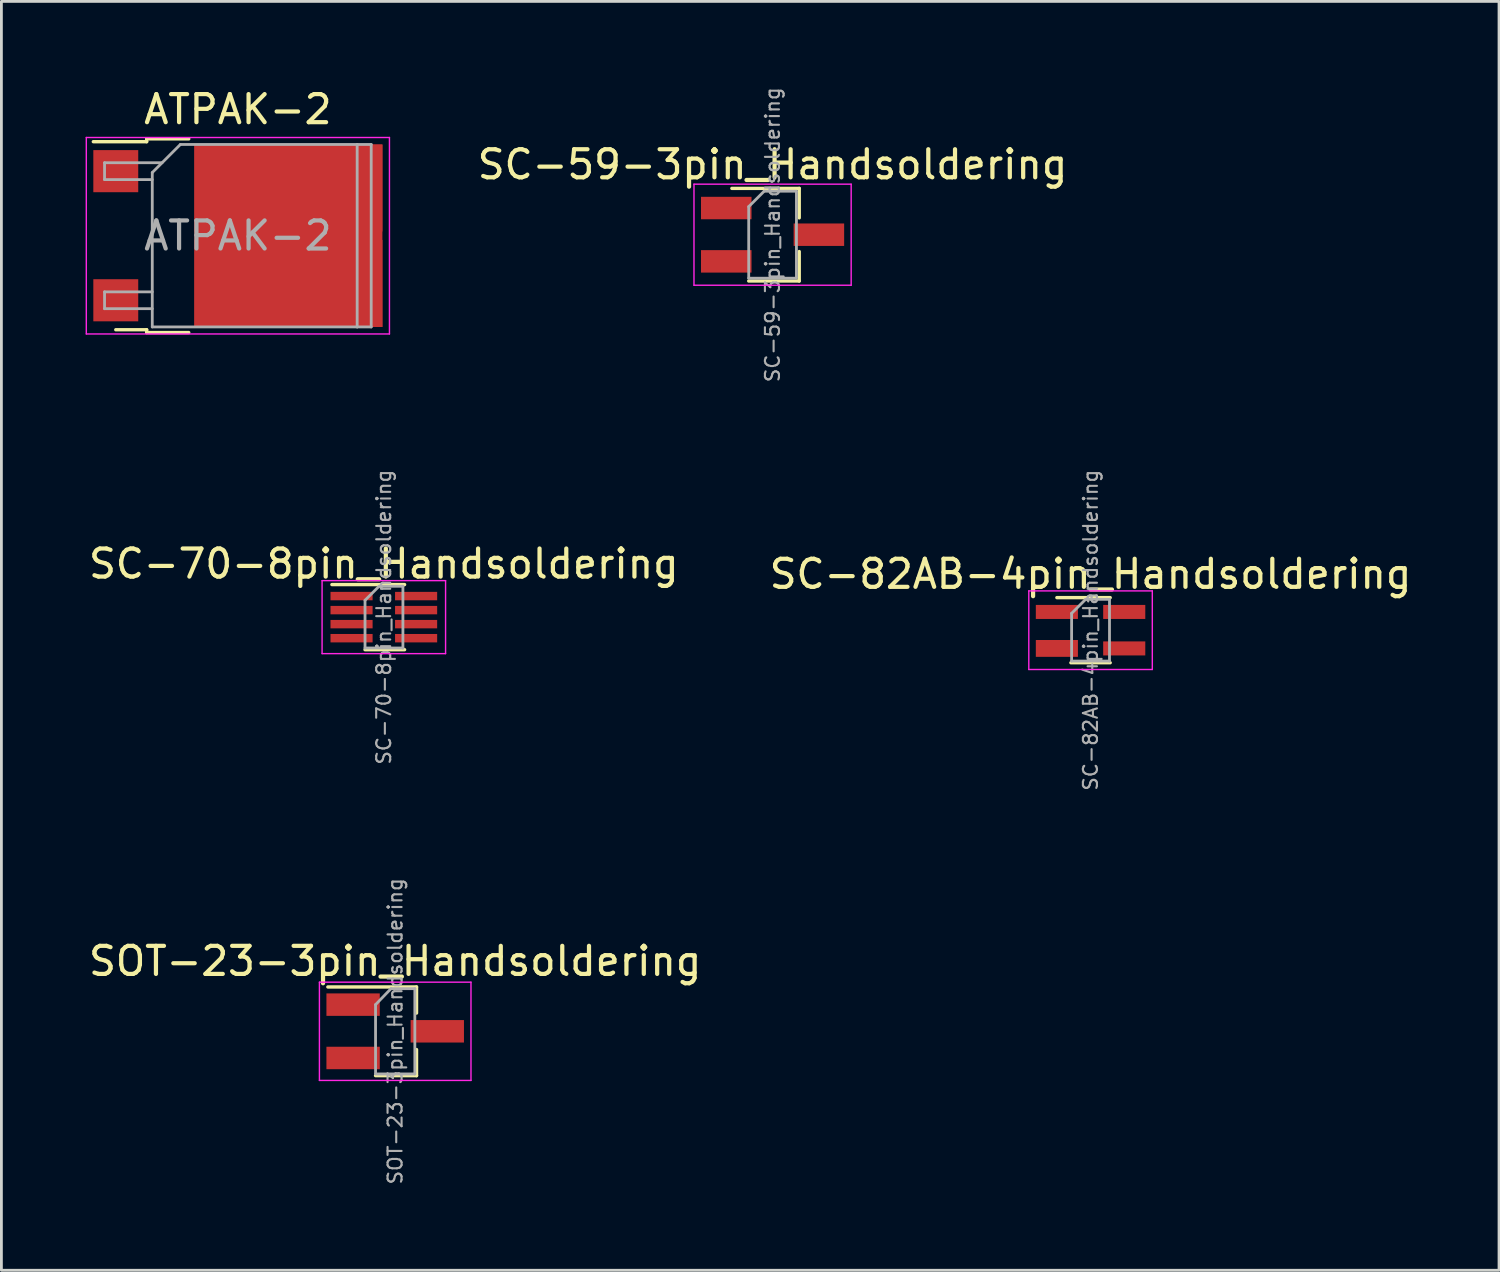
<source format=kicad_pcb>
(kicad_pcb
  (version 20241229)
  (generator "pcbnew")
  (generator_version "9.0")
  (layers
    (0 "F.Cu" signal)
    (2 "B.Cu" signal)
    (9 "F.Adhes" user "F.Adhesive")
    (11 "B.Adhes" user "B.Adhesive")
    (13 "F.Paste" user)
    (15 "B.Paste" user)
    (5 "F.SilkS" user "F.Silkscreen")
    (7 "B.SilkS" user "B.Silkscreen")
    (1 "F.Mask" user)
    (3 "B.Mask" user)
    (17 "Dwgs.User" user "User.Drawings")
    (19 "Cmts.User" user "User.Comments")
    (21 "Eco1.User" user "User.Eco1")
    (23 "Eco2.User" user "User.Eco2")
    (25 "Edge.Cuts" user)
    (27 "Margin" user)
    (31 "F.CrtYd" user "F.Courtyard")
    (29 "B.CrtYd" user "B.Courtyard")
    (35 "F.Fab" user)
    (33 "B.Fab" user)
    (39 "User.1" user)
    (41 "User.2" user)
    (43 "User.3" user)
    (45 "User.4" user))
  (footprint "SC-82AB-4pin_Handsoldering"
    (layer "F.Cu")
    (at 35.804 19.402)
    (property "Reference" "SC-82AB-4pin_Handsoldering" (at 0 -2 0) (layer "F.SilkS") (effects (font (size 1 1) (thickness 0.15))))
    (attr smd)
    (fp_line (start -0.7 1.16) (end 0.7 1.16) (stroke (width 0.12) (type solid)) (layer "F.SilkS"))
    (fp_line (start 0.7 -1.16) (end -1.2 -1.16) (stroke (width 0.12) (type solid)) (layer "F.SilkS"))
    (fp_line (start -2.2 -1.4) (end -2.2 1.4) (stroke (width 0.05) (type solid)) (layer "F.CrtYd"))
    (fp_line (start -2.2 -1.4) (end 2.2 -1.4) (stroke (width 0.05) (type solid)) (layer "F.CrtYd"))
    (fp_line (start -2.2 1.4) (end 2.2 1.4) (stroke (width 0.05) (type solid)) (layer "F.CrtYd"))
    (fp_line (start 2.2 1.4) (end 2.2 -1.4) (stroke (width 0.05) (type solid)) (layer "F.CrtYd"))
    (fp_line (start -0.675 -0.6) (end -0.675 1.1) (stroke (width 0.1) (type solid)) (layer "F.Fab"))
    (fp_line (start -0.175 -1.1) (end -0.675 -0.6) (stroke (width 0.1) (type solid)) (layer "F.Fab"))
    (fp_line (start 0.675 -1.1) (end -0.175 -1.1) (stroke (width 0.1) (type solid)) (layer "F.Fab"))
    (fp_line (start 0.675 -1.1) (end 0.675 1.1) (stroke (width 0.1) (type solid)) (layer "F.Fab"))
    (fp_line (start 0.675 1.1) (end -0.675 1.1) (stroke (width 0.1) (type solid)) (layer "F.Fab"))
    (fp_text user "${REFERENCE}" (at 0 0 90) (layer "F.Fab") (effects (font (size 0.5 0.5) (thickness 0.075))))
    (pad "1" smd rect (at -1.2 -0.65) (size 1.5 0.5) (layers "F.Cu" "F.Mask" "F.Paste"))
    (pad "2" smd rect (at -1.2 0.65) (size 1.5 0.6) (layers "F.Cu" "F.Mask" "F.Paste"))
    (pad "3" smd rect (at 1.2 0.65) (size 1.5 0.5) (layers "F.Cu" "F.Mask" "F.Paste"))
    (pad "4" smd rect (at 1.2 -0.65) (size 1.5 0.5) (layers "F.Cu" "F.Mask" "F.Paste")))
  (footprint "SOT-23-3pin_Handsoldering"
    (layer "F.Cu")
    (at 11.03 33.693)
    (property "Reference" "SOT-23-3pin_Handsoldering" (at 0 -2.5 0) (layer "F.SilkS") (effects (font (size 1 1) (thickness 0.15))))
    (attr smd)
    (fp_line (start 0.76 -1.58) (end -2.4 -1.58) (stroke (width 0.12) (type solid)) (layer "F.SilkS"))
    (fp_line (start 0.76 -1.58) (end 0.76 -0.65) (stroke (width 0.12) (type solid)) (layer "F.SilkS"))
    (fp_line (start 0.76 1.58) (end -0.7 1.58) (stroke (width 0.12) (type solid)) (layer "F.SilkS"))
    (fp_line (start 0.76 1.58) (end 0.76 0.65) (stroke (width 0.12) (type solid)) (layer "F.SilkS"))
    (fp_line (start -2.7 -1.75) (end 2.7 -1.75) (stroke (width 0.05) (type solid)) (layer "F.CrtYd"))
    (fp_line (start -2.7 1.75) (end -2.7 -1.75) (stroke (width 0.05) (type solid)) (layer "F.CrtYd"))
    (fp_line (start 2.7 -1.75) (end 2.7 1.75) (stroke (width 0.05) (type solid)) (layer "F.CrtYd"))
    (fp_line (start 2.7 1.75) (end -2.7 1.75) (stroke (width 0.05) (type solid)) (layer "F.CrtYd"))
    (fp_line (start -0.7 -0.95) (end -0.7 1.5) (stroke (width 0.1) (type solid)) (layer "F.Fab"))
    (fp_line (start -0.7 -0.95) (end -0.15 -1.52) (stroke (width 0.1) (type solid)) (layer "F.Fab"))
    (fp_line (start -0.7 1.52) (end 0.7 1.52) (stroke (width 0.1) (type solid)) (layer "F.Fab"))
    (fp_line (start -0.15 -1.52) (end 0.7 -1.52) (stroke (width 0.1) (type solid)) (layer "F.Fab"))
    (fp_line (start 0.7 -1.52) (end 0.7 1.52) (stroke (width 0.1) (type solid)) (layer "F.Fab"))
    (fp_text user "${REFERENCE}" (at 0 0 90) (layer "F.Fab") (effects (font (size 0.5 0.5) (thickness 0.075))))
    (pad "1" smd rect (at -1.5 -0.95) (size 1.9 0.8) (layers "F.Cu" "F.Mask" "F.Paste"))
    (pad "2" smd rect (at -1.5 0.95) (size 1.9 0.8) (layers "F.Cu" "F.Mask" "F.Paste"))
    (pad "3" smd rect (at 1.5 0) (size 1.9 0.8) (layers "F.Cu" "F.Mask" "F.Paste")))
  (footprint "SC-70-8pin_Handsoldering"
    (layer "F.Cu")
    (at 10.625 18.937)
    (property "Reference" "SC-70-8pin_Handsoldering" (at 0 -1.9 0) (layer "F.SilkS") (effects (font (size 1 1) (thickness 0.15))))
    (attr smd)
    (fp_line (start -0.67 1.16) (end 0.74 1.16) (stroke (width 0.12) (type solid)) (layer "F.SilkS"))
    (fp_line (start 0.74 -1.16) (end -1.85 -1.16) (stroke (width 0.12) (type solid)) (layer "F.SilkS"))
    (fp_line (start -2.2 -1.3) (end 2.2 -1.3) (stroke (width 0.05) (type solid)) (layer "F.CrtYd"))
    (fp_line (start -2.2 1.3) (end -2.2 -1.3) (stroke (width 0.05) (type solid)) (layer "F.CrtYd"))
    (fp_line (start 2.2 -1.3) (end 2.2 1.3) (stroke (width 0.05) (type solid)) (layer "F.CrtYd"))
    (fp_line (start 2.2 1.3) (end -2.2 1.3) (stroke (width 0.05) (type solid)) (layer "F.CrtYd"))
    (fp_line (start -0.67 -0.6) (end -0.67 1.1) (stroke (width 0.1) (type solid)) (layer "F.Fab"))
    (fp_line (start -0.17 -1.1) (end -0.67 -0.6) (stroke (width 0.1) (type solid)) (layer "F.Fab"))
    (fp_line (start 0.68 -1.1) (end -0.17 -1.1) (stroke (width 0.1) (type solid)) (layer "F.Fab"))
    (fp_line (start 0.68 -1.1) (end 0.68 1.1) (stroke (width 0.1) (type solid)) (layer "F.Fab"))
    (fp_line (start 0.68 1.1) (end -0.67 1.1) (stroke (width 0.1) (type solid)) (layer "F.Fab"))
    (fp_text user "${REFERENCE}" (at 0 0 90) (layer "F.Fab") (effects (font (size 0.5 0.5) (thickness 0.075))))
    (pad "1" smd rect (at -1.15 -0.75 270) (size 0.3 1.5) (layers "F.Cu" "F.Mask" "F.Paste"))
    (pad "2" smd rect (at -1.15 -0.25 270) (size 0.3 1.5) (layers "F.Cu" "F.Mask" "F.Paste"))
    (pad "3" smd rect (at -1.15 0.25 270) (size 0.3 1.5) (layers "F.Cu" "F.Mask" "F.Paste"))
    (pad "4" smd rect (at -1.15 0.75 270) (size 0.3 1.5) (layers "F.Cu" "F.Mask" "F.Paste"))
    (pad "5" smd rect (at 1.15 0.75 270) (size 0.3 1.5) (layers "F.Cu" "F.Mask" "F.Paste"))
    (pad "6" smd rect (at 1.15 0.25 270) (size 0.3 1.5) (layers "F.Cu" "F.Mask" "F.Paste"))
    (pad "7" smd rect (at 1.15 -0.25 270) (size 0.3 1.5) (layers "F.Cu" "F.Mask" "F.Paste"))
    (pad "8" smd rect (at 1.15 -0.75 270) (size 0.3 1.5) (layers "F.Cu" "F.Mask" "F.Paste")))
  (footprint "ATPAK-2"
    (layer "F.Cu")
    (at 5.425 5.348)
    (property "Reference" "ATPAK-2" (at 0 -4.5 0) (layer "F.SilkS") (effects (font (size 1 1) (thickness 0.15))))
    (attr smd)
    (fp_line (start -3.25 -3.45) (end -3.25 -3.35) (stroke (width 0.12) (type solid)) (layer "F.SilkS"))
    (fp_line (start -3.25 -3.35) (end -5.15 -3.35) (stroke (width 0.12) (type solid)) (layer "F.SilkS"))
    (fp_line (start -3.25 3.35) (end -4.35 3.35) (stroke (width 0.12) (type solid)) (layer "F.SilkS"))
    (fp_line (start -3.25 3.45) (end -3.25 3.35) (stroke (width 0.12) (type solid)) (layer "F.SilkS"))
    (fp_line (start -1.75 -3.45) (end -3.25 -3.45) (stroke (width 0.12) (type solid)) (layer "F.SilkS"))
    (fp_line (start -1.75 3.45) (end -3.25 3.45) (stroke (width 0.12) (type solid)) (layer "F.SilkS"))
    (fp_line (start -5.4 -3.5) (end -5.4 3.5) (stroke (width 0.05) (type solid)) (layer "F.CrtYd"))
    (fp_line (start -5.4 3.5) (end 5.4 3.5) (stroke (width 0.05) (type solid)) (layer "F.CrtYd"))
    (fp_line (start 5.4 -3.5) (end -5.4 -3.5) (stroke (width 0.05) (type solid)) (layer "F.CrtYd"))
    (fp_line (start 5.4 3.5) (end 5.4 -3.5) (stroke (width 0.05) (type solid)) (layer "F.CrtYd"))
    (fp_line (start -4.75 -2.6) (end -4.75 -2) (stroke (width 0.1) (type solid)) (layer "F.Fab"))
    (fp_line (start -4.75 -2) (end -3.05 -2) (stroke (width 0.1) (type solid)) (layer "F.Fab"))
    (fp_line (start -4.75 2) (end -4.75 2.6) (stroke (width 0.1) (type solid)) (layer "F.Fab"))
    (fp_line (start -4.75 2.6) (end -3.05 2.6) (stroke (width 0.1) (type solid)) (layer "F.Fab"))
    (fp_line (start -3.05 -2.25) (end -2.05 -3.25) (stroke (width 0.1) (type solid)) (layer "F.Fab"))
    (fp_line (start -3.05 2) (end -4.75 2) (stroke (width 0.1) (type solid)) (layer "F.Fab"))
    (fp_line (start -3.05 3.25) (end -3.05 -2.25) (stroke (width 0.1) (type solid)) (layer "F.Fab"))
    (fp_line (start -2.7 -2.6) (end -4.75 -2.6) (stroke (width 0.1) (type solid)) (layer "F.Fab"))
    (fp_line (start -2.05 -3.25) (end 4.25 -3.25) (stroke (width 0.1) (type solid)) (layer "F.Fab"))
    (fp_line (start 4.25 -3.25) (end 4.25 3.25) (stroke (width 0.1) (type solid)) (layer "F.Fab"))
    (fp_line (start 4.25 -3.25) (end 4.75 -3.25) (stroke (width 0.1) (type solid)) (layer "F.Fab"))
    (fp_line (start 4.25 3.25) (end -3.05 3.25) (stroke (width 0.1) (type solid)) (layer "F.Fab"))
    (fp_line (start 4.75 -3.25) (end 4.75 3.25) (stroke (width 0.1) (type solid)) (layer "F.Fab"))
    (fp_line (start 4.75 3.25) (end 4.25 3.25) (stroke (width 0.1) (type solid)) (layer "F.Fab"))
    (fp_text user "${REFERENCE}" (at 0 0 0) (layer "F.Fab") (effects (font (size 1 1) (thickness 0.15))))
    (pad "1" smd rect (at -4.35 -2.3) (size 1.6 1.5) (layers "F.Cu" "F.Mask" "F.Paste"))
    (pad "2" smd rect (at 0.05 -1.7) (size 3.2 3.1) (layers "F.Cu" "F.Paste"))
    (pad "2" smd rect (at 0.05 1.7) (size 3.2 3.1) (layers "F.Cu" "F.Paste"))
    (pad "2" smd rect (at 1.8 0) (size 6.7 6.5) (layers "F.Cu" "F.Mask"))
    (pad "2" smd rect (at 3.55 -1.7) (size 3.2 3.1) (layers "F.Cu" "F.Paste"))
    (pad "2" smd rect (at 3.55 1.7) (size 3.2 3.1) (layers "F.Cu" "F.Paste"))
    (pad "3" smd rect (at -4.35 2.3) (size 1.6 1.5) (layers "F.Cu" "F.Mask" "F.Paste")))
  (footprint "SC-59-3pin_Handsoldering"
    (layer "F.Cu")
    (at 24.475 5.312)
    (property "Reference" "SC-59-3pin_Handsoldering" (at 0 -2.5 0) (layer "F.SilkS") (effects (font (size 1 1) (thickness 0.15))))
    (attr smd)
    (fp_line (start -1.45 -1.65) (end 0.95 -1.65) (stroke (width 0.12) (type solid)) (layer "F.SilkS"))
    (fp_line (start -0.85 1.65) (end 0.95 1.65) (stroke (width 0.12) (type solid)) (layer "F.SilkS"))
    (fp_line (start 0.95 -1.65) (end 0.95 -0.6) (stroke (width 0.12) (type solid)) (layer "F.SilkS"))
    (fp_line (start 0.95 1.65) (end 0.95 0.6) (stroke (width 0.12) (type solid)) (layer "F.SilkS"))
    (fp_line (start -2.8 -1.8) (end -2.8 1.8) (stroke (width 0.05) (type solid)) (layer "F.CrtYd"))
    (fp_line (start -2.8 -1.8) (end 2.8 -1.8) (stroke (width 0.05) (type solid)) (layer "F.CrtYd"))
    (fp_line (start 2.8 1.8) (end -2.8 1.8) (stroke (width 0.05) (type solid)) (layer "F.CrtYd"))
    (fp_line (start 2.8 1.8) (end 2.8 -1.8) (stroke (width 0.05) (type solid)) (layer "F.CrtYd"))
    (fp_line (start -0.85 1.55) (end -0.85 -1) (stroke (width 0.1) (type solid)) (layer "F.Fab"))
    (fp_line (start -0.85 1.55) (end 0.85 1.55) (stroke (width 0.1) (type solid)) (layer "F.Fab"))
    (fp_line (start -0.3 -1.55) (end -0.85 -1) (stroke (width 0.1) (type solid)) (layer "F.Fab"))
    (fp_line (start -0.3 -1.55) (end 0.85 -1.55) (stroke (width 0.1) (type solid)) (layer "F.Fab"))
    (fp_line (start 0.85 -1.52) (end 0.85 1.52) (stroke (width 0.1) (type solid)) (layer "F.Fab"))
    (fp_text user "${REFERENCE}" (at 0 0 90) (layer "F.Fab") (effects (font (size 0.5 0.5) (thickness 0.075))))
    (pad "1" smd rect (at -1.65 -0.95) (size 1.8 0.8) (layers "F.Cu" "F.Mask" "F.Paste"))
    (pad "2" smd rect (at -1.65 0.95) (size 1.8 0.8) (layers "F.Cu" "F.Mask" "F.Paste"))
    (pad "3" smd rect (at 1.65 0) (size 1.8 0.8) (layers "F.Cu" "F.Mask" "F.Paste")))
  (gr_rect
    (start -3 -3)
    (end 50.357 42.208)
    (stroke (width 0.1) (type default))
    (fill no)
    (layer "Edge.Cuts")))
</source>
